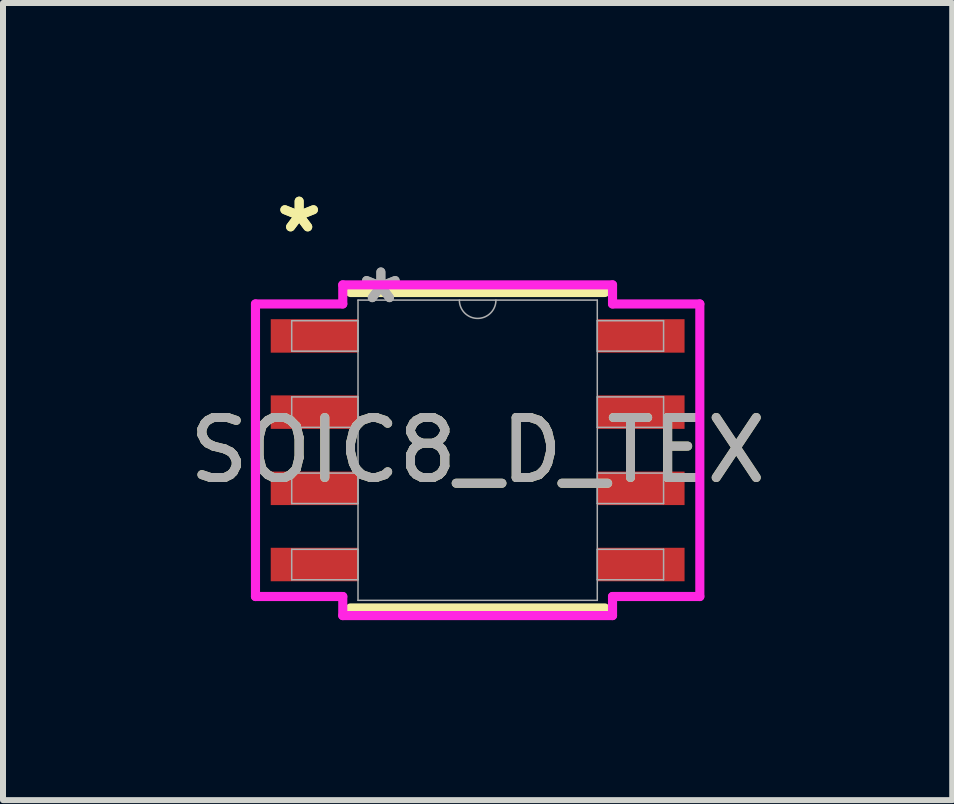
<source format=kicad_pcb>
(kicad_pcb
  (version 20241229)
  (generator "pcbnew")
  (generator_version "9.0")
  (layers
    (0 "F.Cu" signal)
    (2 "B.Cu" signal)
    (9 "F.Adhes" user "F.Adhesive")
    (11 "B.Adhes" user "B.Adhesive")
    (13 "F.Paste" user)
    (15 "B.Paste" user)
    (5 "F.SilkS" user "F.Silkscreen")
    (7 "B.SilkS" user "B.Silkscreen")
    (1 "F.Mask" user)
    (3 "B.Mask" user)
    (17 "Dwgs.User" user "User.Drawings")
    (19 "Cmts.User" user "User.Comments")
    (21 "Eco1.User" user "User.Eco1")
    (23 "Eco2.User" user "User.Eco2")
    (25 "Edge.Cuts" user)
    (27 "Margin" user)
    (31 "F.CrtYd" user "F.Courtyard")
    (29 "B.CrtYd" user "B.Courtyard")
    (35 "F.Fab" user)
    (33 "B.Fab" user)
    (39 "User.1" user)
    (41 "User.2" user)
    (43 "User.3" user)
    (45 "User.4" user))
  (footprint "SOIC8_D_TEX"
    (layer "F.Cu")
    (at 4.911 4.454)
    (property "Reference" "SOIC8_D_TEX" (at 0 0 0) (unlocked yes) (layer "F.SilkS") (effects (font (size 1 1) (thickness 0.15))))
    (attr smd)
    (fp_line (start -2.121 2.629) (end 2.121 2.629) (stroke (width 0.152) (type solid)) (layer "F.SilkS"))
    (fp_line (start 2.121 -2.629) (end -2.121 -2.629) (stroke (width 0.152) (type solid)) (layer "F.SilkS"))
    (fp_line (start -3.703 -2.438) (end -2.248 -2.438) (stroke (width 0.152) (type solid)) (layer "F.CrtYd"))
    (fp_line (start -3.703 2.438) (end -3.703 -2.438) (stroke (width 0.152) (type solid)) (layer "F.CrtYd"))
    (fp_line (start -3.703 2.438) (end -2.248 2.438) (stroke (width 0.152) (type solid)) (layer "F.CrtYd"))
    (fp_line (start -2.248 -2.756) (end 2.248 -2.756) (stroke (width 0.152) (type solid)) (layer "F.CrtYd"))
    (fp_line (start -2.248 -2.438) (end -2.248 -2.756) (stroke (width 0.152) (type solid)) (layer "F.CrtYd"))
    (fp_line (start -2.248 2.756) (end -2.248 2.438) (stroke (width 0.152) (type solid)) (layer "F.CrtYd"))
    (fp_line (start 2.248 -2.756) (end 2.248 -2.438) (stroke (width 0.152) (type solid)) (layer "F.CrtYd"))
    (fp_line (start 2.248 2.438) (end 2.248 2.756) (stroke (width 0.152) (type solid)) (layer "F.CrtYd"))
    (fp_line (start 2.248 2.756) (end -2.248 2.756) (stroke (width 0.152) (type solid)) (layer "F.CrtYd"))
    (fp_line (start 3.703 -2.438) (end 2.248 -2.438) (stroke (width 0.152) (type solid)) (layer "F.CrtYd"))
    (fp_line (start 3.703 -2.438) (end 3.703 2.438) (stroke (width 0.152) (type solid)) (layer "F.CrtYd"))
    (fp_line (start 3.703 2.438) (end 2.248 2.438) (stroke (width 0.152) (type solid)) (layer "F.CrtYd"))
    (fp_line (start -3.099 -2.159) (end -3.099 -1.651) (stroke (width 0.025) (type solid)) (layer "F.Fab"))
    (fp_line (start -3.099 -1.651) (end -1.994 -1.651) (stroke (width 0.025) (type solid)) (layer "F.Fab"))
    (fp_line (start -3.099 -0.889) (end -3.099 -0.381) (stroke (width 0.025) (type solid)) (layer "F.Fab"))
    (fp_line (start -3.099 -0.381) (end -1.994 -0.381) (stroke (width 0.025) (type solid)) (layer "F.Fab"))
    (fp_line (start -3.099 0.381) (end -3.099 0.889) (stroke (width 0.025) (type solid)) (layer "F.Fab"))
    (fp_line (start -3.099 0.889) (end -1.994 0.889) (stroke (width 0.025) (type solid)) (layer "F.Fab"))
    (fp_line (start -3.099 1.651) (end -3.099 2.159) (stroke (width 0.025) (type solid)) (layer "F.Fab"))
    (fp_line (start -3.099 2.159) (end -1.994 2.159) (stroke (width 0.025) (type solid)) (layer "F.Fab"))
    (fp_line (start -1.994 -2.502) (end -1.994 2.502) (stroke (width 0.025) (type solid)) (layer "F.Fab"))
    (fp_line (start -1.994 -2.159) (end -3.099 -2.159) (stroke (width 0.025) (type solid)) (layer "F.Fab"))
    (fp_line (start -1.994 -1.651) (end -1.994 -2.159) (stroke (width 0.025) (type solid)) (layer "F.Fab"))
    (fp_line (start -1.994 -0.889) (end -3.099 -0.889) (stroke (width 0.025) (type solid)) (layer "F.Fab"))
    (fp_line (start -1.994 -0.381) (end -1.994 -0.889) (stroke (width 0.025) (type solid)) (layer "F.Fab"))
    (fp_line (start -1.994 0.381) (end -3.099 0.381) (stroke (width 0.025) (type solid)) (layer "F.Fab"))
    (fp_line (start -1.994 0.889) (end -1.994 0.381) (stroke (width 0.025) (type solid)) (layer "F.Fab"))
    (fp_line (start -1.994 1.651) (end -3.099 1.651) (stroke (width 0.025) (type solid)) (layer "F.Fab"))
    (fp_line (start -1.994 2.159) (end -1.994 1.651) (stroke (width 0.025) (type solid)) (layer "F.Fab"))
    (fp_line (start -1.994 2.502) (end 1.994 2.502) (stroke (width 0.025) (type solid)) (layer "F.Fab"))
    (fp_line (start 1.994 -2.502) (end -1.994 -2.502) (stroke (width 0.025) (type solid)) (layer "F.Fab"))
    (fp_line (start 1.994 -2.159) (end 1.994 -1.651) (stroke (width 0.025) (type solid)) (layer "F.Fab"))
    (fp_line (start 1.994 -1.651) (end 3.099 -1.651) (stroke (width 0.025) (type solid)) (layer "F.Fab"))
    (fp_line (start 1.994 -0.889) (end 1.994 -0.381) (stroke (width 0.025) (type solid)) (layer "F.Fab"))
    (fp_line (start 1.994 -0.381) (end 3.099 -0.381) (stroke (width 0.025) (type solid)) (layer "F.Fab"))
    (fp_line (start 1.994 0.381) (end 1.994 0.889) (stroke (width 0.025) (type solid)) (layer "F.Fab"))
    (fp_line (start 1.994 0.889) (end 3.099 0.889) (stroke (width 0.025) (type solid)) (layer "F.Fab"))
    (fp_line (start 1.994 1.651) (end 1.994 2.159) (stroke (width 0.025) (type solid)) (layer "F.Fab"))
    (fp_line (start 1.994 2.159) (end 3.099 2.159) (stroke (width 0.025) (type solid)) (layer "F.Fab"))
    (fp_line (start 1.994 2.502) (end 1.994 -2.502) (stroke (width 0.025) (type solid)) (layer "F.Fab"))
    (fp_line (start 3.099 -2.159) (end 1.994 -2.159) (stroke (width 0.025) (type solid)) (layer "F.Fab"))
    (fp_line (start 3.099 -1.651) (end 3.099 -2.159) (stroke (width 0.025) (type solid)) (layer "F.Fab"))
    (fp_line (start 3.099 -0.889) (end 1.994 -0.889) (stroke (width 0.025) (type solid)) (layer "F.Fab"))
    (fp_line (start 3.099 -0.381) (end 3.099 -0.889) (stroke (width 0.025) (type solid)) (layer "F.Fab"))
    (fp_line (start 3.099 0.381) (end 1.994 0.381) (stroke (width 0.025) (type solid)) (layer "F.Fab"))
    (fp_line (start 3.099 0.889) (end 3.099 0.381) (stroke (width 0.025) (type solid)) (layer "F.Fab"))
    (fp_line (start 3.099 1.651) (end 1.994 1.651) (stroke (width 0.025) (type solid)) (layer "F.Fab"))
    (fp_line (start 3.099 2.159) (end 3.099 1.651) (stroke (width 0.025) (type solid)) (layer "F.Fab"))
    (fp_arc (start 0.3048 -2.5019) (mid 0 -2.1971) (end -0.3048 -2.5019) (stroke (width 0.0254) (type solid)) (layer "F.Fab"))
    (fp_text user "*" (at -2.975 -3.606 0) (layer "F.SilkS") (effects (font (size 1 1) (thickness 0.15))))
    (fp_text user "*" (at -2.975 -3.606 0) (unlocked yes) (layer "F.SilkS") (effects (font (size 1 1) (thickness 0.15))))
    (fp_text user "${REFERENCE}" (at 0 0 0) (unlocked yes) (layer "F.Fab") (effects (font (size 1 1) (thickness 0.15))))
    (fp_text user "*" (at -1.613 -2.426 0) (layer "F.Fab") (effects (font (size 1 1) (thickness 0.15))))
    (fp_text user "*" (at -1.613 -2.426 0) (unlocked yes) (layer "F.Fab") (effects (font (size 1 1) (thickness 0.15))))
    (pad "1" smd rect (at -2.721 -1.905) (size 1.455 0.558) (layers "F.Cu" "F.Mask" "F.Paste"))
    (pad "2" smd rect (at -2.721 -0.635) (size 1.455 0.558) (layers "F.Cu" "F.Mask" "F.Paste"))
    (pad "3" smd rect (at -2.721 0.635) (size 1.455 0.558) (layers "F.Cu" "F.Mask" "F.Paste"))
    (pad "4" smd rect (at -2.721 1.905) (size 1.455 0.558) (layers "F.Cu" "F.Mask" "F.Paste"))
    (pad "5" smd rect (at 2.721 1.905) (size 1.455 0.558) (layers "F.Cu" "F.Mask" "F.Paste"))
    (pad "6" smd rect (at 2.721 0.635) (size 1.455 0.558) (layers "F.Cu" "F.Mask" "F.Paste"))
    (pad "7" smd rect (at 2.721 -0.635) (size 1.455 0.558) (layers "F.Cu" "F.Mask" "F.Paste"))
    (pad "8" smd rect (at 2.721 -1.905) (size 1.455 0.558) (layers "F.Cu" "F.Mask" "F.Paste")))
  (gr_rect
    (start -3 -3)
    (end 12.821 10.286)
    (stroke (width 0.1) (type default))
    (fill no)
    (layer "Edge.Cuts")))
</source>
